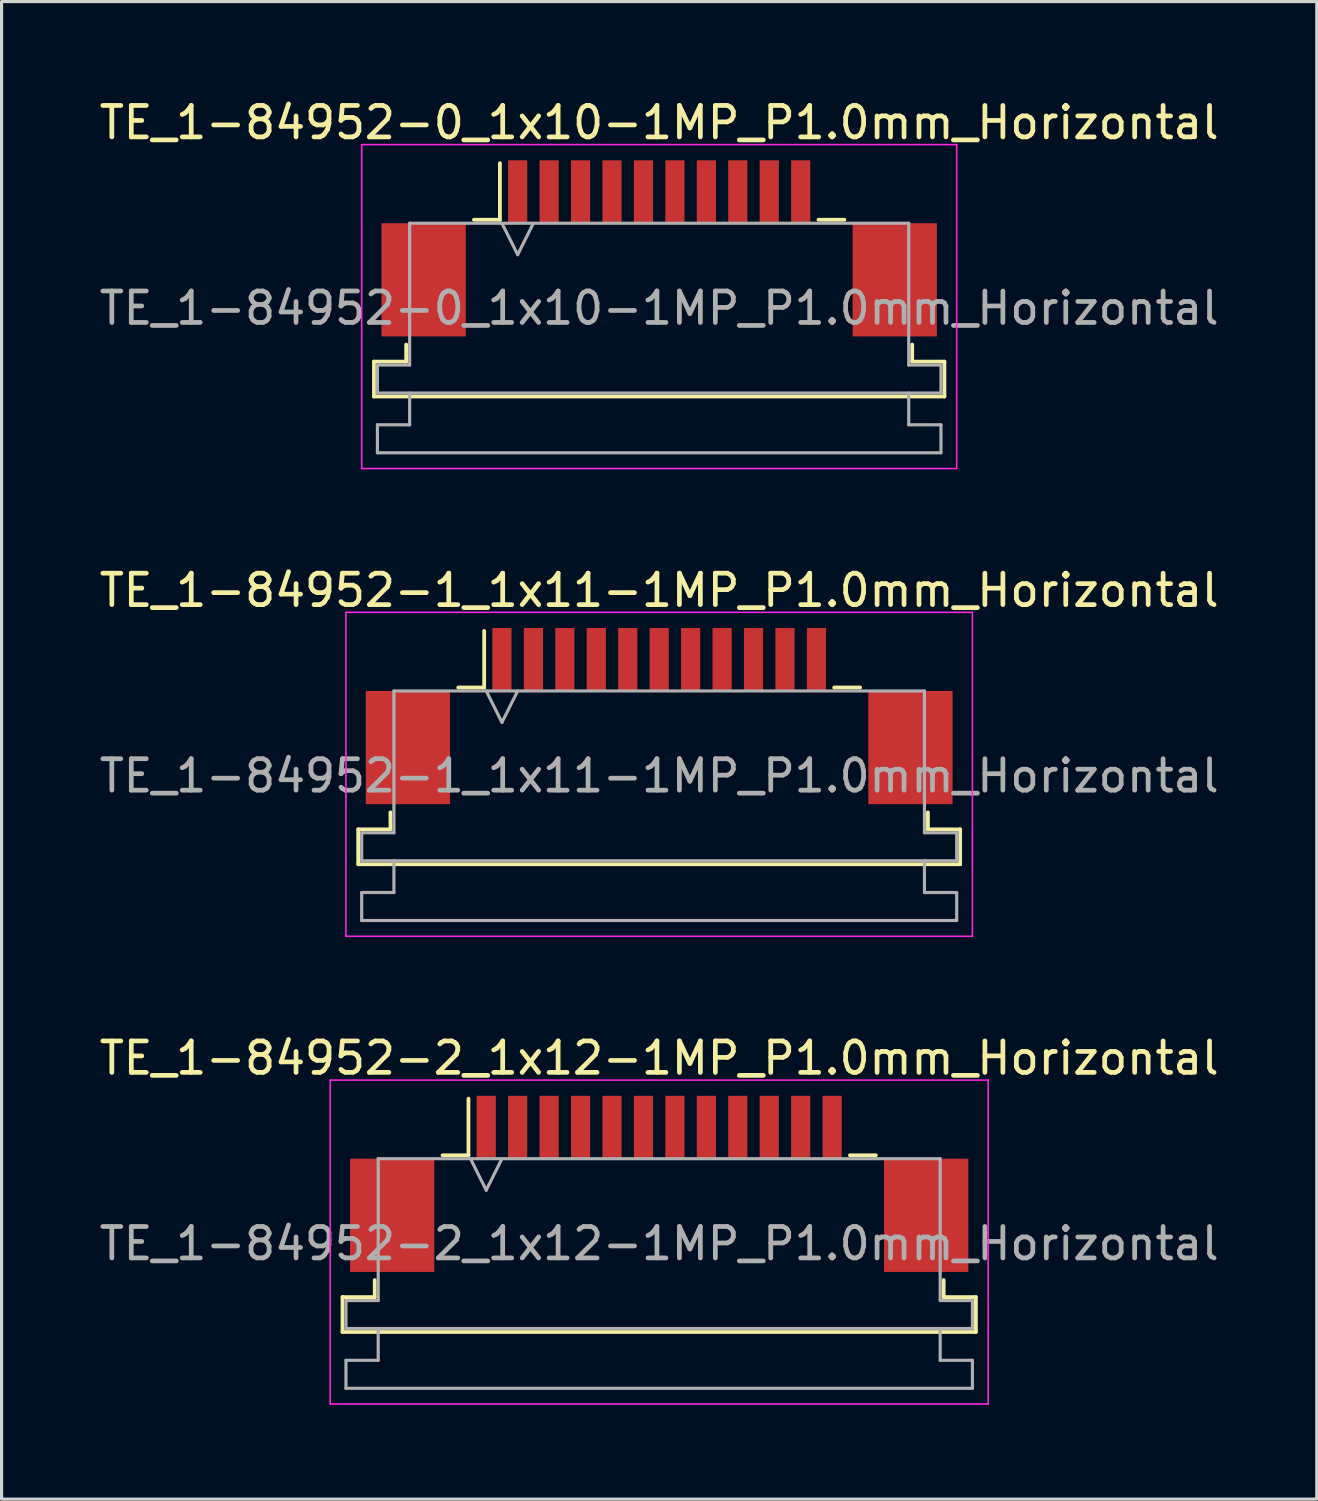
<source format=kicad_pcb>
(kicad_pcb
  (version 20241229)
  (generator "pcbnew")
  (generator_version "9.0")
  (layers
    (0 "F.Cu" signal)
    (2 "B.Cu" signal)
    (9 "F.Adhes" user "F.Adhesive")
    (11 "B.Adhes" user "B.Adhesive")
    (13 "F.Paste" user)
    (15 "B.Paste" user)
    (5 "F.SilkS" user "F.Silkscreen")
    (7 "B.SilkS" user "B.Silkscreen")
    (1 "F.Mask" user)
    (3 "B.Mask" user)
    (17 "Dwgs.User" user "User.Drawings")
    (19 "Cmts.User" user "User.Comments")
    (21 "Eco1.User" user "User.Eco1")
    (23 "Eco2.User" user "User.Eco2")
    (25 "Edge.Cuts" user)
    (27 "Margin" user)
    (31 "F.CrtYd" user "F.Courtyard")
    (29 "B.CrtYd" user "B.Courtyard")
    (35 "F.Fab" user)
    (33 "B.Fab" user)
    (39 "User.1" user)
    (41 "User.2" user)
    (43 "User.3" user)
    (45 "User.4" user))
  (footprint "TE_1-84952-1_1x11-1MP_P1.0mm_Horizontal"
    (layer "F.Cu")
    (at 17.911 19.721)
    (property "Reference" "TE_1-84952-1_1x11-1MP_P1.0mm_Horizontal" (at 0 -4 0) (layer "F.SilkS") (effects (font (size 1 1) (thickness 0.15))))
    (attr smd)
    (fp_line (start -9.57 3.6) (end -8.545 3.6) (stroke (width 0.12) (type solid)) (layer "F.SilkS"))
    (fp_line (start -9.57 4.71) (end -9.57 3.6) (stroke (width 0.12) (type solid)) (layer "F.SilkS"))
    (fp_line (start -8.545 3.6) (end -8.545 3.06) (stroke (width 0.12) (type solid)) (layer "F.SilkS"))
    (fp_line (start -6.39 -0.91) (end -5.565 -0.91) (stroke (width 0.12) (type solid)) (layer "F.SilkS"))
    (fp_line (start -5.565 -0.91) (end -5.565 -2.71) (stroke (width 0.12) (type solid)) (layer "F.SilkS"))
    (fp_line (start 5.565 -0.91) (end 6.39 -0.91) (stroke (width 0.12) (type solid)) (layer "F.SilkS"))
    (fp_line (start 8.545 3.06) (end 8.545 3.6) (stroke (width 0.12) (type solid)) (layer "F.SilkS"))
    (fp_line (start 8.545 3.6) (end 9.57 3.6) (stroke (width 0.12) (type solid)) (layer "F.SilkS"))
    (fp_line (start 9.57 3.6) (end 9.57 4.71) (stroke (width 0.12) (type solid)) (layer "F.SilkS"))
    (fp_line (start 9.57 4.71) (end -9.57 4.71) (stroke (width 0.12) (type solid)) (layer "F.SilkS"))
    (fp_line (start -9.96 -3.3) (end -9.96 7) (stroke (width 0.05) (type solid)) (layer "F.CrtYd"))
    (fp_line (start -9.96 7) (end 9.96 7) (stroke (width 0.05) (type solid)) (layer "F.CrtYd"))
    (fp_line (start 9.96 -3.3) (end -9.96 -3.3) (stroke (width 0.05) (type solid)) (layer "F.CrtYd"))
    (fp_line (start 9.96 7) (end 9.96 -3.3) (stroke (width 0.05) (type solid)) (layer "F.CrtYd"))
    (fp_line (start -9.46 3.71) (end -8.435 3.71) (stroke (width 0.1) (type solid)) (layer "F.Fab"))
    (fp_line (start -9.46 4.6) (end -9.46 3.71) (stroke (width 0.1) (type solid)) (layer "F.Fab"))
    (fp_line (start -9.46 5.61) (end -8.435 5.61) (stroke (width 0.1) (type solid)) (layer "F.Fab"))
    (fp_line (start -9.46 6.5) (end -9.46 5.61) (stroke (width 0.1) (type solid)) (layer "F.Fab"))
    (fp_line (start -8.435 -0.8) (end 8.435 -0.8) (stroke (width 0.1) (type solid)) (layer "F.Fab"))
    (fp_line (start -8.435 3.71) (end -8.435 -0.8) (stroke (width 0.1) (type solid)) (layer "F.Fab"))
    (fp_line (start -8.435 5.61) (end -8.435 4.6) (stroke (width 0.1) (type solid)) (layer "F.Fab"))
    (fp_line (start -5.5 -0.8) (end -5 0.2) (stroke (width 0.1) (type solid)) (layer "F.Fab"))
    (fp_line (start -5 0.2) (end -4.5 -0.8) (stroke (width 0.1) (type solid)) (layer "F.Fab"))
    (fp_line (start 8.435 -0.8) (end 8.435 3.71) (stroke (width 0.1) (type solid)) (layer "F.Fab"))
    (fp_line (start 8.435 3.71) (end 9.46 3.71) (stroke (width 0.1) (type solid)) (layer "F.Fab"))
    (fp_line (start 8.435 4.6) (end 8.435 5.61) (stroke (width 0.1) (type solid)) (layer "F.Fab"))
    (fp_line (start 8.435 5.61) (end 9.46 5.61) (stroke (width 0.1) (type solid)) (layer "F.Fab"))
    (fp_line (start 9.46 3.71) (end 9.46 4.6) (stroke (width 0.1) (type solid)) (layer "F.Fab"))
    (fp_line (start 9.46 4.6) (end -9.46 4.6) (stroke (width 0.1) (type solid)) (layer "F.Fab"))
    (fp_line (start 9.46 5.61) (end 9.46 6.5) (stroke (width 0.1) (type solid)) (layer "F.Fab"))
    (fp_line (start 9.46 6.5) (end -9.46 6.5) (stroke (width 0.1) (type solid)) (layer "F.Fab"))
    (fp_text user "${REFERENCE}" (at 0 1.9 0) (layer "F.Fab") (effects (font (size 1 1) (thickness 0.15))))
    (pad "1" smd rect (at -5 -1.8) (size 0.61 2) (layers "F.Cu" "F.Mask" "F.Paste"))
    (pad "2" smd rect (at -4 -1.8) (size 0.61 2) (layers "F.Cu" "F.Mask" "F.Paste"))
    (pad "3" smd rect (at -3 -1.8) (size 0.61 2) (layers "F.Cu" "F.Mask" "F.Paste"))
    (pad "4" smd rect (at -2 -1.8) (size 0.61 2) (layers "F.Cu" "F.Mask" "F.Paste"))
    (pad "5" smd rect (at -1 -1.8) (size 0.61 2) (layers "F.Cu" "F.Mask" "F.Paste"))
    (pad "6" smd rect (at 0 -1.8) (size 0.61 2) (layers "F.Cu" "F.Mask" "F.Paste"))
    (pad "7" smd rect (at 1 -1.8) (size 0.61 2) (layers "F.Cu" "F.Mask" "F.Paste"))
    (pad "8" smd rect (at 2 -1.8) (size 0.61 2) (layers "F.Cu" "F.Mask" "F.Paste"))
    (pad "9" smd rect (at 3 -1.8) (size 0.61 2) (layers "F.Cu" "F.Mask" "F.Paste"))
    (pad "10" smd rect (at 4 -1.8) (size 0.61 2) (layers "F.Cu" "F.Mask" "F.Paste"))
    (pad "11" smd rect (at 5 -1.8) (size 0.61 2) (layers "F.Cu" "F.Mask" "F.Paste"))
    (pad "MP" smd rect (at -7.99 1) (size 2.68 3.6) (layers "F.Cu" "F.Mask" "F.Paste"))
    (pad "MP" smd rect (at 7.99 1) (size 2.68 3.6) (layers "F.Cu" "F.Mask" "F.Paste")))
  (footprint "TE_1-84952-2_1x12-1MP_P1.0mm_Horizontal"
    (layer "F.Cu")
    (at 17.911 34.595)
    (property "Reference" "TE_1-84952-2_1x12-1MP_P1.0mm_Horizontal" (at 0 -4 0) (layer "F.SilkS") (effects (font (size 1 1) (thickness 0.15))))
    (attr smd)
    (fp_line (start -10.07 3.6) (end -9.045 3.6) (stroke (width 0.12) (type solid)) (layer "F.SilkS"))
    (fp_line (start -10.07 4.71) (end -10.07 3.6) (stroke (width 0.12) (type solid)) (layer "F.SilkS"))
    (fp_line (start -9.045 3.6) (end -9.045 3.06) (stroke (width 0.12) (type solid)) (layer "F.SilkS"))
    (fp_line (start -6.89 -0.91) (end -6.065 -0.91) (stroke (width 0.12) (type solid)) (layer "F.SilkS"))
    (fp_line (start -6.065 -0.91) (end -6.065 -2.71) (stroke (width 0.12) (type solid)) (layer "F.SilkS"))
    (fp_line (start 6.065 -0.91) (end 6.89 -0.91) (stroke (width 0.12) (type solid)) (layer "F.SilkS"))
    (fp_line (start 9.045 3.06) (end 9.045 3.6) (stroke (width 0.12) (type solid)) (layer "F.SilkS"))
    (fp_line (start 9.045 3.6) (end 10.07 3.6) (stroke (width 0.12) (type solid)) (layer "F.SilkS"))
    (fp_line (start 10.07 3.6) (end 10.07 4.71) (stroke (width 0.12) (type solid)) (layer "F.SilkS"))
    (fp_line (start 10.07 4.71) (end -10.07 4.71) (stroke (width 0.12) (type solid)) (layer "F.SilkS"))
    (fp_line (start -10.46 -3.3) (end -10.46 7) (stroke (width 0.05) (type solid)) (layer "F.CrtYd"))
    (fp_line (start -10.46 7) (end 10.46 7) (stroke (width 0.05) (type solid)) (layer "F.CrtYd"))
    (fp_line (start 10.46 -3.3) (end -10.46 -3.3) (stroke (width 0.05) (type solid)) (layer "F.CrtYd"))
    (fp_line (start 10.46 7) (end 10.46 -3.3) (stroke (width 0.05) (type solid)) (layer "F.CrtYd"))
    (fp_line (start -9.96 3.71) (end -8.935 3.71) (stroke (width 0.1) (type solid)) (layer "F.Fab"))
    (fp_line (start -9.96 4.6) (end -9.96 3.71) (stroke (width 0.1) (type solid)) (layer "F.Fab"))
    (fp_line (start -9.96 5.61) (end -8.935 5.61) (stroke (width 0.1) (type solid)) (layer "F.Fab"))
    (fp_line (start -9.96 6.5) (end -9.96 5.61) (stroke (width 0.1) (type solid)) (layer "F.Fab"))
    (fp_line (start -8.935 -0.8) (end 8.935 -0.8) (stroke (width 0.1) (type solid)) (layer "F.Fab"))
    (fp_line (start -8.935 3.71) (end -8.935 -0.8) (stroke (width 0.1) (type solid)) (layer "F.Fab"))
    (fp_line (start -8.935 5.61) (end -8.935 4.6) (stroke (width 0.1) (type solid)) (layer "F.Fab"))
    (fp_line (start -6 -0.8) (end -5.5 0.2) (stroke (width 0.1) (type solid)) (layer "F.Fab"))
    (fp_line (start -5.5 0.2) (end -5 -0.8) (stroke (width 0.1) (type solid)) (layer "F.Fab"))
    (fp_line (start 8.935 -0.8) (end 8.935 3.71) (stroke (width 0.1) (type solid)) (layer "F.Fab"))
    (fp_line (start 8.935 3.71) (end 9.96 3.71) (stroke (width 0.1) (type solid)) (layer "F.Fab"))
    (fp_line (start 8.935 4.6) (end 8.935 5.61) (stroke (width 0.1) (type solid)) (layer "F.Fab"))
    (fp_line (start 8.935 5.61) (end 9.96 5.61) (stroke (width 0.1) (type solid)) (layer "F.Fab"))
    (fp_line (start 9.96 3.71) (end 9.96 4.6) (stroke (width 0.1) (type solid)) (layer "F.Fab"))
    (fp_line (start 9.96 4.6) (end -9.96 4.6) (stroke (width 0.1) (type solid)) (layer "F.Fab"))
    (fp_line (start 9.96 5.61) (end 9.96 6.5) (stroke (width 0.1) (type solid)) (layer "F.Fab"))
    (fp_line (start 9.96 6.5) (end -9.96 6.5) (stroke (width 0.1) (type solid)) (layer "F.Fab"))
    (fp_text user "${REFERENCE}" (at 0 1.9 0) (layer "F.Fab") (effects (font (size 1 1) (thickness 0.15))))
    (pad "1" smd rect (at -5.5 -1.8) (size 0.61 2) (layers "F.Cu" "F.Mask" "F.Paste"))
    (pad "2" smd rect (at -4.5 -1.8) (size 0.61 2) (layers "F.Cu" "F.Mask" "F.Paste"))
    (pad "3" smd rect (at -3.5 -1.8) (size 0.61 2) (layers "F.Cu" "F.Mask" "F.Paste"))
    (pad "4" smd rect (at -2.5 -1.8) (size 0.61 2) (layers "F.Cu" "F.Mask" "F.Paste"))
    (pad "5" smd rect (at -1.5 -1.8) (size 0.61 2) (layers "F.Cu" "F.Mask" "F.Paste"))
    (pad "6" smd rect (at -0.5 -1.8) (size 0.61 2) (layers "F.Cu" "F.Mask" "F.Paste"))
    (pad "7" smd rect (at 0.5 -1.8) (size 0.61 2) (layers "F.Cu" "F.Mask" "F.Paste"))
    (pad "8" smd rect (at 1.5 -1.8) (size 0.61 2) (layers "F.Cu" "F.Mask" "F.Paste"))
    (pad "9" smd rect (at 2.5 -1.8) (size 0.61 2) (layers "F.Cu" "F.Mask" "F.Paste"))
    (pad "10" smd rect (at 3.5 -1.8) (size 0.61 2) (layers "F.Cu" "F.Mask" "F.Paste"))
    (pad "11" smd rect (at 4.5 -1.8) (size 0.61 2) (layers "F.Cu" "F.Mask" "F.Paste"))
    (pad "12" smd rect (at 5.5 -1.8) (size 0.61 2) (layers "F.Cu" "F.Mask" "F.Paste"))
    (pad "MP" smd rect (at -8.49 1) (size 2.68 3.6) (layers "F.Cu" "F.Mask" "F.Paste"))
    (pad "MP" smd rect (at 8.49 1) (size 2.68 3.6) (layers "F.Cu" "F.Mask" "F.Paste")))
  (footprint "TE_1-84952-0_1x10-1MP_P1.0mm_Horizontal"
    (layer "F.Cu")
    (at 17.911 4.848)
    (property "Reference" "TE_1-84952-0_1x10-1MP_P1.0mm_Horizontal" (at 0 -4 0) (layer "F.SilkS") (effects (font (size 1 1) (thickness 0.15))))
    (attr smd)
    (fp_line (start -9.07 3.6) (end -8.045 3.6) (stroke (width 0.12) (type solid)) (layer "F.SilkS"))
    (fp_line (start -9.07 4.71) (end -9.07 3.6) (stroke (width 0.12) (type solid)) (layer "F.SilkS"))
    (fp_line (start -8.045 3.6) (end -8.045 3.06) (stroke (width 0.12) (type solid)) (layer "F.SilkS"))
    (fp_line (start -5.89 -0.91) (end -5.065 -0.91) (stroke (width 0.12) (type solid)) (layer "F.SilkS"))
    (fp_line (start -5.065 -0.91) (end -5.065 -2.71) (stroke (width 0.12) (type solid)) (layer "F.SilkS"))
    (fp_line (start 5.065 -0.91) (end 5.89 -0.91) (stroke (width 0.12) (type solid)) (layer "F.SilkS"))
    (fp_line (start 8.045 3.06) (end 8.045 3.6) (stroke (width 0.12) (type solid)) (layer "F.SilkS"))
    (fp_line (start 8.045 3.6) (end 9.07 3.6) (stroke (width 0.12) (type solid)) (layer "F.SilkS"))
    (fp_line (start 9.07 3.6) (end 9.07 4.71) (stroke (width 0.12) (type solid)) (layer "F.SilkS"))
    (fp_line (start 9.07 4.71) (end -9.07 4.71) (stroke (width 0.12) (type solid)) (layer "F.SilkS"))
    (fp_line (start -9.46 -3.3) (end -9.46 7) (stroke (width 0.05) (type solid)) (layer "F.CrtYd"))
    (fp_line (start -9.46 7) (end 9.46 7) (stroke (width 0.05) (type solid)) (layer "F.CrtYd"))
    (fp_line (start 9.46 -3.3) (end -9.46 -3.3) (stroke (width 0.05) (type solid)) (layer "F.CrtYd"))
    (fp_line (start 9.46 7) (end 9.46 -3.3) (stroke (width 0.05) (type solid)) (layer "F.CrtYd"))
    (fp_line (start -8.96 3.71) (end -7.935 3.71) (stroke (width 0.1) (type solid)) (layer "F.Fab"))
    (fp_line (start -8.96 4.6) (end -8.96 3.71) (stroke (width 0.1) (type solid)) (layer "F.Fab"))
    (fp_line (start -8.96 5.61) (end -7.935 5.61) (stroke (width 0.1) (type solid)) (layer "F.Fab"))
    (fp_line (start -8.96 6.5) (end -8.96 5.61) (stroke (width 0.1) (type solid)) (layer "F.Fab"))
    (fp_line (start -7.935 -0.8) (end 7.935 -0.8) (stroke (width 0.1) (type solid)) (layer "F.Fab"))
    (fp_line (start -7.935 3.71) (end -7.935 -0.8) (stroke (width 0.1) (type solid)) (layer "F.Fab"))
    (fp_line (start -7.935 5.61) (end -7.935 4.6) (stroke (width 0.1) (type solid)) (layer "F.Fab"))
    (fp_line (start -5 -0.8) (end -4.5 0.2) (stroke (width 0.1) (type solid)) (layer "F.Fab"))
    (fp_line (start -4.5 0.2) (end -4 -0.8) (stroke (width 0.1) (type solid)) (layer "F.Fab"))
    (fp_line (start 7.935 -0.8) (end 7.935 3.71) (stroke (width 0.1) (type solid)) (layer "F.Fab"))
    (fp_line (start 7.935 3.71) (end 8.96 3.71) (stroke (width 0.1) (type solid)) (layer "F.Fab"))
    (fp_line (start 7.935 4.6) (end 7.935 5.61) (stroke (width 0.1) (type solid)) (layer "F.Fab"))
    (fp_line (start 7.935 5.61) (end 8.96 5.61) (stroke (width 0.1) (type solid)) (layer "F.Fab"))
    (fp_line (start 8.96 3.71) (end 8.96 4.6) (stroke (width 0.1) (type solid)) (layer "F.Fab"))
    (fp_line (start 8.96 4.6) (end -8.96 4.6) (stroke (width 0.1) (type solid)) (layer "F.Fab"))
    (fp_line (start 8.96 5.61) (end 8.96 6.5) (stroke (width 0.1) (type solid)) (layer "F.Fab"))
    (fp_line (start 8.96 6.5) (end -8.96 6.5) (stroke (width 0.1) (type solid)) (layer "F.Fab"))
    (fp_text user "${REFERENCE}" (at 0 1.9 0) (layer "F.Fab") (effects (font (size 1 1) (thickness 0.15))))
    (pad "1" smd rect (at -4.5 -1.8) (size 0.61 2) (layers "F.Cu" "F.Mask" "F.Paste"))
    (pad "2" smd rect (at -3.5 -1.8) (size 0.61 2) (layers "F.Cu" "F.Mask" "F.Paste"))
    (pad "3" smd rect (at -2.5 -1.8) (size 0.61 2) (layers "F.Cu" "F.Mask" "F.Paste"))
    (pad "4" smd rect (at -1.5 -1.8) (size 0.61 2) (layers "F.Cu" "F.Mask" "F.Paste"))
    (pad "5" smd rect (at -0.5 -1.8) (size 0.61 2) (layers "F.Cu" "F.Mask" "F.Paste"))
    (pad "6" smd rect (at 0.5 -1.8) (size 0.61 2) (layers "F.Cu" "F.Mask" "F.Paste"))
    (pad "7" smd rect (at 1.5 -1.8) (size 0.61 2) (layers "F.Cu" "F.Mask" "F.Paste"))
    (pad "8" smd rect (at 2.5 -1.8) (size 0.61 2) (layers "F.Cu" "F.Mask" "F.Paste"))
    (pad "9" smd rect (at 3.5 -1.8) (size 0.61 2) (layers "F.Cu" "F.Mask" "F.Paste"))
    (pad "10" smd rect (at 4.5 -1.8) (size 0.61 2) (layers "F.Cu" "F.Mask" "F.Paste"))
    (pad "MP" smd rect (at -7.49 1) (size 2.68 3.6) (layers "F.Cu" "F.Mask" "F.Paste"))
    (pad "MP" smd rect (at 7.49 1) (size 2.68 3.6) (layers "F.Cu" "F.Mask" "F.Paste")))
  (gr_rect
    (start -3 -3)
    (end 38.821 44.62)
    (stroke (width 0.1) (type default))
    (fill no)
    (layer "Edge.Cuts")))
</source>
